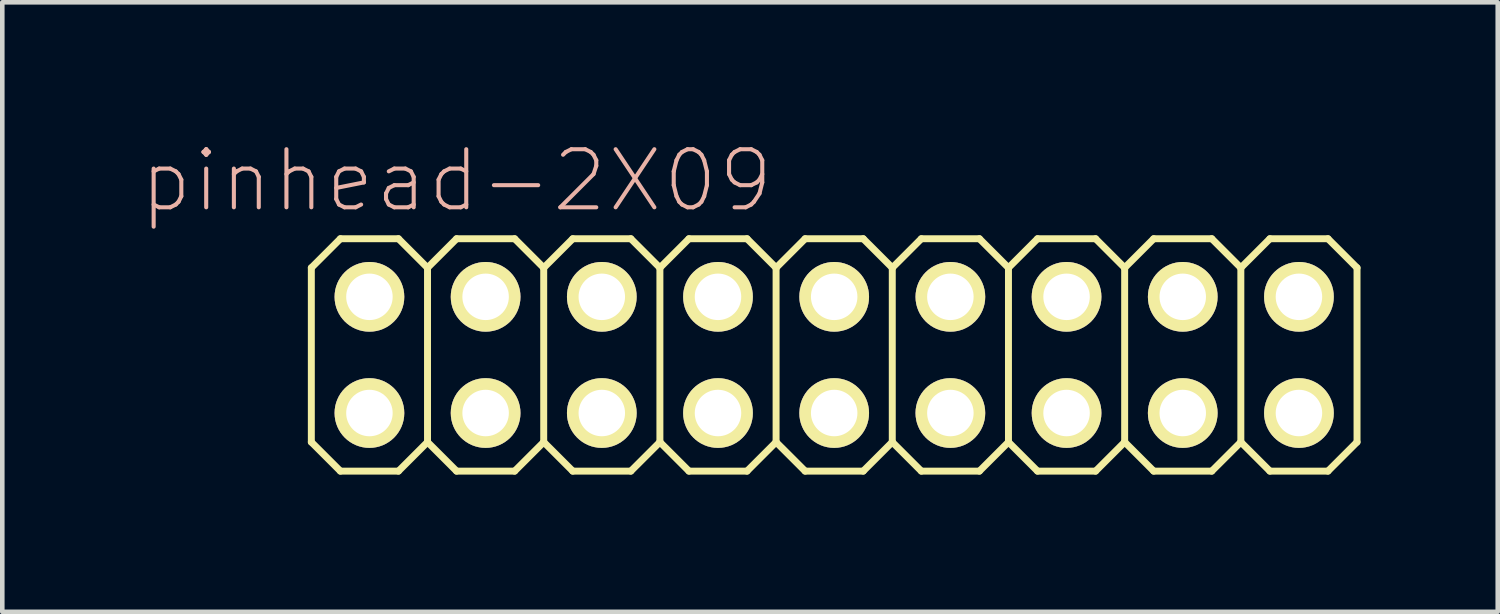
<source format=kicad_pcb>
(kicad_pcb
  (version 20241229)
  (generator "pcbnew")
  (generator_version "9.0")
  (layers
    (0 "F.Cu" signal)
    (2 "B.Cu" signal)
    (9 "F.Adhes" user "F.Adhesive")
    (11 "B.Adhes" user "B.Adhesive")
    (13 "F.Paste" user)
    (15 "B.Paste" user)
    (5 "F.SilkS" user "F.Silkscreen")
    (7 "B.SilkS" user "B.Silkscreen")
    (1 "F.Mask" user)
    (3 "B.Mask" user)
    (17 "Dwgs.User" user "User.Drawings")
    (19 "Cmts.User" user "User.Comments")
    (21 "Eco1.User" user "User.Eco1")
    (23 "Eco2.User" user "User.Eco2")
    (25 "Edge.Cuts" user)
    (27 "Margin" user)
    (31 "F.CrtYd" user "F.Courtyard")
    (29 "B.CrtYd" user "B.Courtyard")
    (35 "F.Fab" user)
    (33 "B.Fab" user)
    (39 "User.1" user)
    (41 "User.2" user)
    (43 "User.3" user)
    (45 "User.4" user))
  (footprint "pinhead-2X09"
    (layer "F.Cu")
    (at 15.186 4.709)
    (property "Reference" "pinhead-2X09" (at -8.255 -3.81 0) (layer "B.SilkS") (effects (font (size 1.27 1.27) (thickness 0.089))))
    (attr exclude_from_pos_files exclude_from_bom)
    (fp_line (start -11.43 -1.905) (end -10.795 -2.54) (stroke (width 0.152) (type solid)) (layer "F.SilkS"))
    (fp_line (start -11.43 1.905) (end -11.43 -1.905) (stroke (width 0.152) (type solid)) (layer "F.SilkS"))
    (fp_line (start -11.43 1.905) (end -10.795 2.54) (stroke (width 0.152) (type solid)) (layer "F.SilkS"))
    (fp_line (start -10.795 -2.54) (end -9.525 -2.54) (stroke (width 0.152) (type solid)) (layer "F.SilkS"))
    (fp_line (start -10.795 2.54) (end -9.525 2.54) (stroke (width 0.152) (type solid)) (layer "F.SilkS"))
    (fp_line (start -10.414 -1.524) (end -9.906 -1.524) (stroke (width 0.066) (type solid)) (layer "F.SilkS"))
    (fp_line (start -10.414 -1.016) (end -10.414 -1.524) (stroke (width 0.066) (type solid)) (layer "F.SilkS"))
    (fp_line (start -10.414 -1.016) (end -9.906 -1.016) (stroke (width 0.066) (type solid)) (layer "F.SilkS"))
    (fp_line (start -10.414 1.016) (end -9.906 1.016) (stroke (width 0.066) (type solid)) (layer "F.SilkS"))
    (fp_line (start -10.414 1.524) (end -10.414 1.016) (stroke (width 0.066) (type solid)) (layer "F.SilkS"))
    (fp_line (start -10.414 1.524) (end -9.906 1.524) (stroke (width 0.066) (type solid)) (layer "F.SilkS"))
    (fp_line (start -9.906 -1.016) (end -9.906 -1.524) (stroke (width 0.066) (type solid)) (layer "F.SilkS"))
    (fp_line (start -9.906 1.524) (end -9.906 1.016) (stroke (width 0.066) (type solid)) (layer "F.SilkS"))
    (fp_line (start -9.525 -2.54) (end -8.89 -1.905) (stroke (width 0.152) (type solid)) (layer "F.SilkS"))
    (fp_line (start -9.525 2.54) (end -8.89 1.905) (stroke (width 0.152) (type solid)) (layer "F.SilkS"))
    (fp_line (start -8.89 -1.905) (end -8.89 1.905) (stroke (width 0.152) (type solid)) (layer "F.SilkS"))
    (fp_line (start -8.89 -1.905) (end -8.255 -2.54) (stroke (width 0.152) (type solid)) (layer "F.SilkS"))
    (fp_line (start -8.89 1.905) (end -8.255 2.54) (stroke (width 0.152) (type solid)) (layer "F.SilkS"))
    (fp_line (start -8.255 -2.54) (end -6.985 -2.54) (stroke (width 0.152) (type solid)) (layer "F.SilkS"))
    (fp_line (start -8.255 2.54) (end -6.985 2.54) (stroke (width 0.152) (type solid)) (layer "F.SilkS"))
    (fp_line (start -7.874 -1.524) (end -7.366 -1.524) (stroke (width 0.066) (type solid)) (layer "F.SilkS"))
    (fp_line (start -7.874 -1.016) (end -7.874 -1.524) (stroke (width 0.066) (type solid)) (layer "F.SilkS"))
    (fp_line (start -7.874 -1.016) (end -7.366 -1.016) (stroke (width 0.066) (type solid)) (layer "F.SilkS"))
    (fp_line (start -7.874 1.016) (end -7.366 1.016) (stroke (width 0.066) (type solid)) (layer "F.SilkS"))
    (fp_line (start -7.874 1.524) (end -7.874 1.016) (stroke (width 0.066) (type solid)) (layer "F.SilkS"))
    (fp_line (start -7.874 1.524) (end -7.366 1.524) (stroke (width 0.066) (type solid)) (layer "F.SilkS"))
    (fp_line (start -7.366 -1.016) (end -7.366 -1.524) (stroke (width 0.066) (type solid)) (layer "F.SilkS"))
    (fp_line (start -7.366 1.524) (end -7.366 1.016) (stroke (width 0.066) (type solid)) (layer "F.SilkS"))
    (fp_line (start -6.985 -2.54) (end -6.35 -1.905) (stroke (width 0.152) (type solid)) (layer "F.SilkS"))
    (fp_line (start -6.985 2.54) (end -6.35 1.905) (stroke (width 0.152) (type solid)) (layer "F.SilkS"))
    (fp_line (start -6.35 -1.905) (end -6.35 1.905) (stroke (width 0.152) (type solid)) (layer "F.SilkS"))
    (fp_line (start -6.35 -1.905) (end -5.715 -2.54) (stroke (width 0.152) (type solid)) (layer "F.SilkS"))
    (fp_line (start -6.35 1.905) (end -5.715 2.54) (stroke (width 0.152) (type solid)) (layer "F.SilkS"))
    (fp_line (start -5.715 -2.54) (end -4.445 -2.54) (stroke (width 0.152) (type solid)) (layer "F.SilkS"))
    (fp_line (start -5.715 2.54) (end -4.445 2.54) (stroke (width 0.152) (type solid)) (layer "F.SilkS"))
    (fp_line (start -5.334 -1.524) (end -4.826 -1.524) (stroke (width 0.066) (type solid)) (layer "F.SilkS"))
    (fp_line (start -5.334 -1.016) (end -5.334 -1.524) (stroke (width 0.066) (type solid)) (layer "F.SilkS"))
    (fp_line (start -5.334 -1.016) (end -4.826 -1.016) (stroke (width 0.066) (type solid)) (layer "F.SilkS"))
    (fp_line (start -5.334 1.016) (end -4.826 1.016) (stroke (width 0.066) (type solid)) (layer "F.SilkS"))
    (fp_line (start -5.334 1.524) (end -5.334 1.016) (stroke (width 0.066) (type solid)) (layer "F.SilkS"))
    (fp_line (start -5.334 1.524) (end -4.826 1.524) (stroke (width 0.066) (type solid)) (layer "F.SilkS"))
    (fp_line (start -4.826 -1.016) (end -4.826 -1.524) (stroke (width 0.066) (type solid)) (layer "F.SilkS"))
    (fp_line (start -4.826 1.524) (end -4.826 1.016) (stroke (width 0.066) (type solid)) (layer "F.SilkS"))
    (fp_line (start -4.445 -2.54) (end -3.81 -1.905) (stroke (width 0.152) (type solid)) (layer "F.SilkS"))
    (fp_line (start -4.445 2.54) (end -3.81 1.905) (stroke (width 0.152) (type solid)) (layer "F.SilkS"))
    (fp_line (start -3.81 -1.905) (end -3.81 1.905) (stroke (width 0.152) (type solid)) (layer "F.SilkS"))
    (fp_line (start -3.81 -1.905) (end -3.175 -2.54) (stroke (width 0.152) (type solid)) (layer "F.SilkS"))
    (fp_line (start -3.81 1.905) (end -3.175 2.54) (stroke (width 0.152) (type solid)) (layer "F.SilkS"))
    (fp_line (start -3.175 -2.54) (end -1.905 -2.54) (stroke (width 0.152) (type solid)) (layer "F.SilkS"))
    (fp_line (start -3.175 2.54) (end -1.905 2.54) (stroke (width 0.152) (type solid)) (layer "F.SilkS"))
    (fp_line (start -2.794 -1.524) (end -2.286 -1.524) (stroke (width 0.066) (type solid)) (layer "F.SilkS"))
    (fp_line (start -2.794 -1.016) (end -2.794 -1.524) (stroke (width 0.066) (type solid)) (layer "F.SilkS"))
    (fp_line (start -2.794 -1.016) (end -2.286 -1.016) (stroke (width 0.066) (type solid)) (layer "F.SilkS"))
    (fp_line (start -2.794 1.016) (end -2.286 1.016) (stroke (width 0.066) (type solid)) (layer "F.SilkS"))
    (fp_line (start -2.794 1.524) (end -2.794 1.016) (stroke (width 0.066) (type solid)) (layer "F.SilkS"))
    (fp_line (start -2.794 1.524) (end -2.286 1.524) (stroke (width 0.066) (type solid)) (layer "F.SilkS"))
    (fp_line (start -2.286 -1.016) (end -2.286 -1.524) (stroke (width 0.066) (type solid)) (layer "F.SilkS"))
    (fp_line (start -2.286 1.524) (end -2.286 1.016) (stroke (width 0.066) (type solid)) (layer "F.SilkS"))
    (fp_line (start -1.905 -2.54) (end -1.27 -1.905) (stroke (width 0.152) (type solid)) (layer "F.SilkS"))
    (fp_line (start -1.905 2.54) (end -1.27 1.905) (stroke (width 0.152) (type solid)) (layer "F.SilkS"))
    (fp_line (start -1.27 -1.905) (end -1.27 1.905) (stroke (width 0.152) (type solid)) (layer "F.SilkS"))
    (fp_line (start -1.27 -1.905) (end -0.635 -2.54) (stroke (width 0.152) (type solid)) (layer "F.SilkS"))
    (fp_line (start -1.27 1.905) (end -0.635 2.54) (stroke (width 0.152) (type solid)) (layer "F.SilkS"))
    (fp_line (start -0.635 -2.54) (end 0.635 -2.54) (stroke (width 0.152) (type solid)) (layer "F.SilkS"))
    (fp_line (start -0.635 2.54) (end 0.635 2.54) (stroke (width 0.152) (type solid)) (layer "F.SilkS"))
    (fp_line (start -0.254 -1.524) (end 0.254 -1.524) (stroke (width 0.066) (type solid)) (layer "F.SilkS"))
    (fp_line (start -0.254 -1.016) (end -0.254 -1.524) (stroke (width 0.066) (type solid)) (layer "F.SilkS"))
    (fp_line (start -0.254 -1.016) (end 0.254 -1.016) (stroke (width 0.066) (type solid)) (layer "F.SilkS"))
    (fp_line (start -0.254 1.016) (end 0.254 1.016) (stroke (width 0.066) (type solid)) (layer "F.SilkS"))
    (fp_line (start -0.254 1.524) (end -0.254 1.016) (stroke (width 0.066) (type solid)) (layer "F.SilkS"))
    (fp_line (start -0.254 1.524) (end 0.254 1.524) (stroke (width 0.066) (type solid)) (layer "F.SilkS"))
    (fp_line (start 0.254 -1.016) (end 0.254 -1.524) (stroke (width 0.066) (type solid)) (layer "F.SilkS"))
    (fp_line (start 0.254 1.524) (end 0.254 1.016) (stroke (width 0.066) (type solid)) (layer "F.SilkS"))
    (fp_line (start 0.635 -2.54) (end 1.27 -1.905) (stroke (width 0.152) (type solid)) (layer "F.SilkS"))
    (fp_line (start 0.635 2.54) (end 1.27 1.905) (stroke (width 0.152) (type solid)) (layer "F.SilkS"))
    (fp_line (start 1.27 -1.905) (end 1.27 1.905) (stroke (width 0.152) (type solid)) (layer "F.SilkS"))
    (fp_line (start 1.27 -1.905) (end 1.905 -2.54) (stroke (width 0.152) (type solid)) (layer "F.SilkS"))
    (fp_line (start 1.27 1.905) (end 1.905 2.54) (stroke (width 0.152) (type solid)) (layer "F.SilkS"))
    (fp_line (start 1.905 -2.54) (end 3.175 -2.54) (stroke (width 0.152) (type solid)) (layer "F.SilkS"))
    (fp_line (start 1.905 2.54) (end 3.175 2.54) (stroke (width 0.152) (type solid)) (layer "F.SilkS"))
    (fp_line (start 2.286 -1.524) (end 2.794 -1.524) (stroke (width 0.066) (type solid)) (layer "F.SilkS"))
    (fp_line (start 2.286 -1.016) (end 2.286 -1.524) (stroke (width 0.066) (type solid)) (layer "F.SilkS"))
    (fp_line (start 2.286 -1.016) (end 2.794 -1.016) (stroke (width 0.066) (type solid)) (layer "F.SilkS"))
    (fp_line (start 2.286 1.016) (end 2.794 1.016) (stroke (width 0.066) (type solid)) (layer "F.SilkS"))
    (fp_line (start 2.286 1.524) (end 2.286 1.016) (stroke (width 0.066) (type solid)) (layer "F.SilkS"))
    (fp_line (start 2.286 1.524) (end 2.794 1.524) (stroke (width 0.066) (type solid)) (layer "F.SilkS"))
    (fp_line (start 2.794 -1.016) (end 2.794 -1.524) (stroke (width 0.066) (type solid)) (layer "F.SilkS"))
    (fp_line (start 2.794 1.524) (end 2.794 1.016) (stroke (width 0.066) (type solid)) (layer "F.SilkS"))
    (fp_line (start 3.175 -2.54) (end 3.81 -1.905) (stroke (width 0.152) (type solid)) (layer "F.SilkS"))
    (fp_line (start 3.175 2.54) (end 3.81 1.905) (stroke (width 0.152) (type solid)) (layer "F.SilkS"))
    (fp_line (start 3.81 -1.905) (end 3.81 1.905) (stroke (width 0.152) (type solid)) (layer "F.SilkS"))
    (fp_line (start 3.81 -1.905) (end 4.445 -2.54) (stroke (width 0.152) (type solid)) (layer "F.SilkS"))
    (fp_line (start 3.81 1.905) (end 4.445 2.54) (stroke (width 0.152) (type solid)) (layer "F.SilkS"))
    (fp_line (start 4.445 -2.54) (end 5.715 -2.54) (stroke (width 0.152) (type solid)) (layer "F.SilkS"))
    (fp_line (start 4.445 2.54) (end 5.715 2.54) (stroke (width 0.152) (type solid)) (layer "F.SilkS"))
    (fp_line (start 4.826 -1.524) (end 5.334 -1.524) (stroke (width 0.066) (type solid)) (layer "F.SilkS"))
    (fp_line (start 4.826 -1.016) (end 4.826 -1.524) (stroke (width 0.066) (type solid)) (layer "F.SilkS"))
    (fp_line (start 4.826 -1.016) (end 5.334 -1.016) (stroke (width 0.066) (type solid)) (layer "F.SilkS"))
    (fp_line (start 4.826 1.016) (end 5.334 1.016) (stroke (width 0.066) (type solid)) (layer "F.SilkS"))
    (fp_line (start 4.826 1.524) (end 4.826 1.016) (stroke (width 0.066) (type solid)) (layer "F.SilkS"))
    (fp_line (start 4.826 1.524) (end 5.334 1.524) (stroke (width 0.066) (type solid)) (layer "F.SilkS"))
    (fp_line (start 5.334 -1.016) (end 5.334 -1.524) (stroke (width 0.066) (type solid)) (layer "F.SilkS"))
    (fp_line (start 5.334 1.524) (end 5.334 1.016) (stroke (width 0.066) (type solid)) (layer "F.SilkS"))
    (fp_line (start 5.715 -2.54) (end 6.35 -1.905) (stroke (width 0.152) (type solid)) (layer "F.SilkS"))
    (fp_line (start 6.35 -1.905) (end 6.35 1.905) (stroke (width 0.152) (type solid)) (layer "F.SilkS"))
    (fp_line (start 6.35 -1.905) (end 6.985 -2.54) (stroke (width 0.152) (type solid)) (layer "F.SilkS"))
    (fp_line (start 6.35 1.905) (end 5.715 2.54) (stroke (width 0.152) (type solid)) (layer "F.SilkS"))
    (fp_line (start 6.35 1.905) (end 6.985 2.54) (stroke (width 0.152) (type solid)) (layer "F.SilkS"))
    (fp_line (start 6.985 -2.54) (end 8.255 -2.54) (stroke (width 0.152) (type solid)) (layer "F.SilkS"))
    (fp_line (start 6.985 2.54) (end 8.255 2.54) (stroke (width 0.152) (type solid)) (layer "F.SilkS"))
    (fp_line (start 7.366 -1.524) (end 7.874 -1.524) (stroke (width 0.066) (type solid)) (layer "F.SilkS"))
    (fp_line (start 7.366 -1.016) (end 7.366 -1.524) (stroke (width 0.066) (type solid)) (layer "F.SilkS"))
    (fp_line (start 7.366 -1.016) (end 7.874 -1.016) (stroke (width 0.066) (type solid)) (layer "F.SilkS"))
    (fp_line (start 7.366 1.016) (end 7.874 1.016) (stroke (width 0.066) (type solid)) (layer "F.SilkS"))
    (fp_line (start 7.366 1.524) (end 7.366 1.016) (stroke (width 0.066) (type solid)) (layer "F.SilkS"))
    (fp_line (start 7.366 1.524) (end 7.874 1.524) (stroke (width 0.066) (type solid)) (layer "F.SilkS"))
    (fp_line (start 7.874 -1.016) (end 7.874 -1.524) (stroke (width 0.066) (type solid)) (layer "F.SilkS"))
    (fp_line (start 7.874 1.524) (end 7.874 1.016) (stroke (width 0.066) (type solid)) (layer "F.SilkS"))
    (fp_line (start 8.255 -2.54) (end 8.89 -1.905) (stroke (width 0.152) (type solid)) (layer "F.SilkS"))
    (fp_line (start 8.89 -1.905) (end 8.89 1.905) (stroke (width 0.152) (type solid)) (layer "F.SilkS"))
    (fp_line (start 8.89 -1.905) (end 9.525 -2.54) (stroke (width 0.152) (type solid)) (layer "F.SilkS"))
    (fp_line (start 8.89 1.905) (end 8.255 2.54) (stroke (width 0.152) (type solid)) (layer "F.SilkS"))
    (fp_line (start 8.89 1.905) (end 9.525 2.54) (stroke (width 0.152) (type solid)) (layer "F.SilkS"))
    (fp_line (start 9.525 -2.54) (end 10.795 -2.54) (stroke (width 0.152) (type solid)) (layer "F.SilkS"))
    (fp_line (start 9.525 2.54) (end 10.795 2.54) (stroke (width 0.152) (type solid)) (layer "F.SilkS"))
    (fp_line (start 9.906 -1.524) (end 10.414 -1.524) (stroke (width 0.066) (type solid)) (layer "F.SilkS"))
    (fp_line (start 9.906 -1.016) (end 9.906 -1.524) (stroke (width 0.066) (type solid)) (layer "F.SilkS"))
    (fp_line (start 9.906 -1.016) (end 10.414 -1.016) (stroke (width 0.066) (type solid)) (layer "F.SilkS"))
    (fp_line (start 9.906 1.016) (end 10.414 1.016) (stroke (width 0.066) (type solid)) (layer "F.SilkS"))
    (fp_line (start 9.906 1.524) (end 9.906 1.016) (stroke (width 0.066) (type solid)) (layer "F.SilkS"))
    (fp_line (start 9.906 1.524) (end 10.414 1.524) (stroke (width 0.066) (type solid)) (layer "F.SilkS"))
    (fp_line (start 10.414 -1.016) (end 10.414 -1.524) (stroke (width 0.066) (type solid)) (layer "F.SilkS"))
    (fp_line (start 10.414 1.524) (end 10.414 1.016) (stroke (width 0.066) (type solid)) (layer "F.SilkS"))
    (fp_line (start 10.795 -2.54) (end 11.43 -1.905) (stroke (width 0.152) (type solid)) (layer "F.SilkS"))
    (fp_line (start 11.43 -1.905) (end 11.43 1.905) (stroke (width 0.152) (type solid)) (layer "F.SilkS"))
    (fp_line (start 11.43 1.905) (end 10.795 2.54) (stroke (width 0.152) (type solid)) (layer "F.SilkS"))
    (pad "1" thru_hole circle (at -10.16 1.27) (size 1.524 1.524) (drill 1.016) (layers "*.Cu" "F.Mask" "F.SilkS" "F.Paste"))
    (pad "2" thru_hole circle (at -10.16 -1.27) (size 1.524 1.524) (drill 1.016) (layers "*.Cu" "F.Mask" "F.SilkS" "F.Paste"))
    (pad "3" thru_hole circle (at -7.62 1.27) (size 1.524 1.524) (drill 1.016) (layers "*.Cu" "F.Mask" "F.SilkS" "F.Paste"))
    (pad "4" thru_hole circle (at -7.62 -1.27) (size 1.524 1.524) (drill 1.016) (layers "*.Cu" "F.Mask" "F.SilkS" "F.Paste"))
    (pad "5" thru_hole circle (at -5.08 1.27) (size 1.524 1.524) (drill 1.016) (layers "*.Cu" "F.Mask" "F.SilkS" "F.Paste"))
    (pad "6" thru_hole circle (at -5.08 -1.27) (size 1.524 1.524) (drill 1.016) (layers "*.Cu" "F.Mask" "F.SilkS" "F.Paste"))
    (pad "7" thru_hole circle (at -2.54 1.27) (size 1.524 1.524) (drill 1.016) (layers "*.Cu" "F.Mask" "F.SilkS" "F.Paste"))
    (pad "8" thru_hole circle (at -2.54 -1.27) (size 1.524 1.524) (drill 1.016) (layers "*.Cu" "F.Mask" "F.SilkS" "F.Paste"))
    (pad "9" thru_hole circle (at 0 1.27) (size 1.524 1.524) (drill 1.016) (layers "*.Cu" "F.Mask" "F.SilkS" "F.Paste"))
    (pad "10" thru_hole circle (at 0 -1.27) (size 1.524 1.524) (drill 1.016) (layers "*.Cu" "F.Mask" "F.SilkS" "F.Paste"))
    (pad "11" thru_hole circle (at 2.54 1.27) (size 1.524 1.524) (drill 1.016) (layers "*.Cu" "F.Mask" "F.SilkS" "F.Paste"))
    (pad "12" thru_hole circle (at 2.54 -1.27) (size 1.524 1.524) (drill 1.016) (layers "*.Cu" "F.Mask" "F.SilkS" "F.Paste"))
    (pad "13" thru_hole circle (at 5.08 1.27) (size 1.524 1.524) (drill 1.016) (layers "*.Cu" "F.Mask" "F.SilkS" "F.Paste"))
    (pad "14" thru_hole circle (at 5.08 -1.27) (size 1.524 1.524) (drill 1.016) (layers "*.Cu" "F.Mask" "F.SilkS" "F.Paste"))
    (pad "15" thru_hole circle (at 7.62 1.27) (size 1.524 1.524) (drill 1.016) (layers "*.Cu" "F.Mask" "F.SilkS" "F.Paste"))
    (pad "16" thru_hole circle (at 7.62 -1.27) (size 1.524 1.524) (drill 1.016) (layers "*.Cu" "F.Mask" "F.SilkS" "F.Paste"))
    (pad "17" thru_hole circle (at 10.16 1.27) (size 1.524 1.524) (drill 1.016) (layers "*.Cu" "F.Mask" "F.SilkS" "F.Paste"))
    (pad "18" thru_hole circle (at 10.16 -1.27) (size 1.524 1.524) (drill 1.016) (layers "*.Cu" "F.Mask" "F.SilkS" "F.Paste")))
  (gr_rect
    (start -3 -3)
    (end 29.692 10.325)
    (stroke (width 0.1) (type default))
    (fill no)
    (layer "Edge.Cuts")))
</source>
